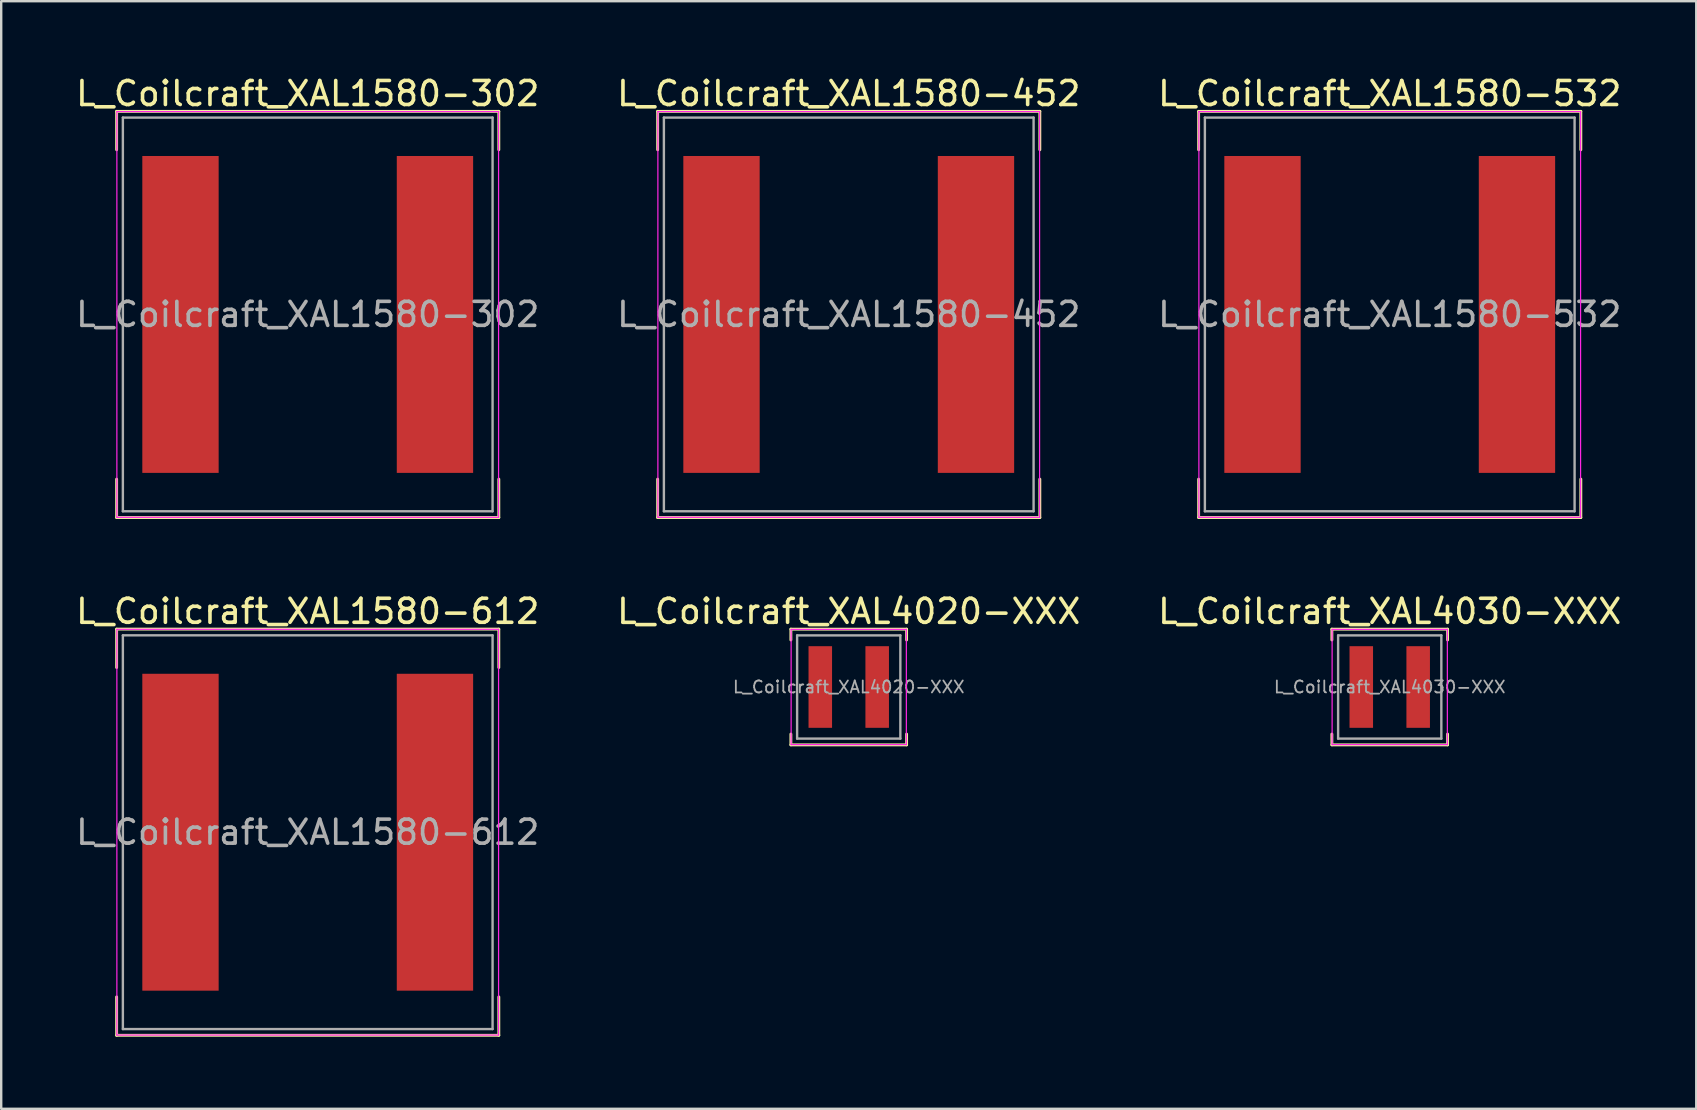
<source format=kicad_pcb>
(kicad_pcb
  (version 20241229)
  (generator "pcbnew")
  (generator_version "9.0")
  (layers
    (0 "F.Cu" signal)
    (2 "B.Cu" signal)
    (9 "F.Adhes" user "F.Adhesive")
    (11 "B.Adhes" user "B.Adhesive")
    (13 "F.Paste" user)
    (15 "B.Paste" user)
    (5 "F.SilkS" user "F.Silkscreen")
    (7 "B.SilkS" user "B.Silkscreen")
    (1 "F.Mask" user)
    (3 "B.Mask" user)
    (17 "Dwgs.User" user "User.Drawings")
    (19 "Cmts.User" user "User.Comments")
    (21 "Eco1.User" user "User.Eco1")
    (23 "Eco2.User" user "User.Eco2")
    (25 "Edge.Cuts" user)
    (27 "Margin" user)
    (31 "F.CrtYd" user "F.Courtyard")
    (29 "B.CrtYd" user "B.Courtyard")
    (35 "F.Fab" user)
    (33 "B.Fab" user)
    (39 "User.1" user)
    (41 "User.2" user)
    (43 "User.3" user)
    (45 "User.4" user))
  (footprint "L_Coilcraft_XAL4020-XXX"
    (layer "F.Cu")
    (at 32.304 25.567)
    (property "Reference" "L_Coilcraft_XAL4020-XXX" (at 0 -3.15 0) (layer "F.SilkS") (effects (font (size 1 1) (thickness 0.15))))
    (attr smd)
    (fp_line (start -2.41 -2.41) (end -2.41 -1.96) (stroke (width 0.12) (type solid)) (layer "F.SilkS"))
    (fp_line (start -2.41 -2.41) (end 2.41 -2.41) (stroke (width 0.12) (type solid)) (layer "F.SilkS"))
    (fp_line (start -2.41 2.41) (end -2.41 1.96) (stroke (width 0.12) (type solid)) (layer "F.SilkS"))
    (fp_line (start -2.41 2.41) (end 2.41 2.41) (stroke (width 0.12) (type solid)) (layer "F.SilkS"))
    (fp_line (start 2.41 -2.41) (end 2.41 -1.96) (stroke (width 0.12) (type solid)) (layer "F.SilkS"))
    (fp_line (start 2.41 2.41) (end 2.41 1.96) (stroke (width 0.12) (type solid)) (layer "F.SilkS"))
    (fp_line (start -2.4 -2.4) (end -2.4 2.4) (stroke (width 0.05) (type solid)) (layer "F.CrtYd"))
    (fp_line (start -2.4 2.4) (end 2.4 2.4) (stroke (width 0.05) (type solid)) (layer "F.CrtYd"))
    (fp_line (start 2.4 -2.4) (end -2.4 -2.4) (stroke (width 0.05) (type solid)) (layer "F.CrtYd"))
    (fp_line (start 2.4 2.4) (end 2.4 -2.4) (stroke (width 0.05) (type solid)) (layer "F.CrtYd"))
    (fp_line (start -2.15 -2.15) (end -2.15 2.15) (stroke (width 0.1) (type solid)) (layer "F.Fab"))
    (fp_line (start -2.15 2.15) (end 2.15 2.15) (stroke (width 0.1) (type solid)) (layer "F.Fab"))
    (fp_line (start 2.15 -2.15) (end -2.15 -2.15) (stroke (width 0.1) (type solid)) (layer "F.Fab"))
    (fp_line (start 2.15 2.15) (end 2.15 -2.15) (stroke (width 0.1) (type solid)) (layer "F.Fab"))
    (fp_text user "${REFERENCE}" (at 0 0 0) (layer "F.Fab") (effects (font (size 0.5 0.5) (thickness 0.075))))
    (pad "1" smd rect (at -1.185 0) (size 0.98 3.4) (layers "F.Cu" "F.Mask" "F.Paste"))
    (pad "2" smd rect (at 1.185 0) (size 0.98 3.4) (layers "F.Cu" "F.Mask" "F.Paste")))
  (footprint "L_Coilcraft_XAL1580-612"
    (layer "F.Cu")
    (at 9.768 31.616)
    (property "Reference" "L_Coilcraft_XAL1580-612" (at 0 -9.2 0) (layer "F.SilkS") (effects (font (size 1 1) (thickness 0.15))))
    (attr smd)
    (fp_line (start -7.96 -8.46) (end -7.96 -6.86) (stroke (width 0.12) (type solid)) (layer "F.SilkS"))
    (fp_line (start -7.96 -8.46) (end 7.96 -8.46) (stroke (width 0.12) (type solid)) (layer "F.SilkS"))
    (fp_line (start -7.96 8.46) (end -7.96 6.86) (stroke (width 0.12) (type solid)) (layer "F.SilkS"))
    (fp_line (start -7.96 8.46) (end 7.96 8.46) (stroke (width 0.12) (type solid)) (layer "F.SilkS"))
    (fp_line (start 7.96 -8.46) (end 7.96 -6.86) (stroke (width 0.12) (type solid)) (layer "F.SilkS"))
    (fp_line (start 7.96 8.46) (end 7.96 6.86) (stroke (width 0.12) (type solid)) (layer "F.SilkS"))
    (fp_line (start -7.95 -8.45) (end -7.95 8.45) (stroke (width 0.05) (type solid)) (layer "F.CrtYd"))
    (fp_line (start -7.95 8.45) (end 7.95 8.45) (stroke (width 0.05) (type solid)) (layer "F.CrtYd"))
    (fp_line (start 7.95 -8.45) (end -7.95 -8.45) (stroke (width 0.05) (type solid)) (layer "F.CrtYd"))
    (fp_line (start 7.95 8.45) (end 7.95 -8.45) (stroke (width 0.05) (type solid)) (layer "F.CrtYd"))
    (fp_line (start -7.7 -8.2) (end -7.7 8.2) (stroke (width 0.1) (type solid)) (layer "F.Fab"))
    (fp_line (start -7.7 8.2) (end 7.7 8.2) (stroke (width 0.1) (type solid)) (layer "F.Fab"))
    (fp_line (start 7.7 -8.2) (end -7.7 -8.2) (stroke (width 0.1) (type solid)) (layer "F.Fab"))
    (fp_line (start 7.7 8.2) (end 7.7 -8.2) (stroke (width 0.1) (type solid)) (layer "F.Fab"))
    (fp_text user "${REFERENCE}" (at 0 0 0) (layer "F.Fab") (effects (font (size 1 1) (thickness 0.15))))
    (pad "1" smd rect (at -5.3 0) (size 3.18 13.2) (layers "F.Cu" "F.Mask" "F.Paste"))
    (pad "2" smd rect (at 5.3 0) (size 3.18 13.2) (layers "F.Cu" "F.Mask" "F.Paste")))
  (footprint "L_Coilcraft_XAL4030-XXX"
    (layer "F.Cu")
    (at 54.839 25.567)
    (property "Reference" "L_Coilcraft_XAL4030-XXX" (at 0 -3.15 0) (layer "F.SilkS") (effects (font (size 1 1) (thickness 0.15))))
    (attr smd)
    (fp_line (start -2.41 -2.41) (end -2.41 -1.96) (stroke (width 0.12) (type solid)) (layer "F.SilkS"))
    (fp_line (start -2.41 -2.41) (end 2.41 -2.41) (stroke (width 0.12) (type solid)) (layer "F.SilkS"))
    (fp_line (start -2.41 2.41) (end -2.41 1.96) (stroke (width 0.12) (type solid)) (layer "F.SilkS"))
    (fp_line (start -2.41 2.41) (end 2.41 2.41) (stroke (width 0.12) (type solid)) (layer "F.SilkS"))
    (fp_line (start 2.41 -2.41) (end 2.41 -1.96) (stroke (width 0.12) (type solid)) (layer "F.SilkS"))
    (fp_line (start 2.41 2.41) (end 2.41 1.96) (stroke (width 0.12) (type solid)) (layer "F.SilkS"))
    (fp_line (start -2.4 -2.4) (end -2.4 2.4) (stroke (width 0.05) (type solid)) (layer "F.CrtYd"))
    (fp_line (start -2.4 2.4) (end 2.4 2.4) (stroke (width 0.05) (type solid)) (layer "F.CrtYd"))
    (fp_line (start 2.4 -2.4) (end -2.4 -2.4) (stroke (width 0.05) (type solid)) (layer "F.CrtYd"))
    (fp_line (start 2.4 2.4) (end 2.4 -2.4) (stroke (width 0.05) (type solid)) (layer "F.CrtYd"))
    (fp_line (start -2.15 -2.15) (end -2.15 2.15) (stroke (width 0.1) (type solid)) (layer "F.Fab"))
    (fp_line (start -2.15 2.15) (end 2.15 2.15) (stroke (width 0.1) (type solid)) (layer "F.Fab"))
    (fp_line (start 2.15 -2.15) (end -2.15 -2.15) (stroke (width 0.1) (type solid)) (layer "F.Fab"))
    (fp_line (start 2.15 2.15) (end 2.15 -2.15) (stroke (width 0.1) (type solid)) (layer "F.Fab"))
    (fp_text user "${REFERENCE}" (at 0 0 0) (layer "F.Fab") (effects (font (size 0.5 0.5) (thickness 0.075))))
    (pad "1" smd rect (at -1.185 0) (size 0.98 3.4) (layers "F.Cu" "F.Mask" "F.Paste"))
    (pad "2" smd rect (at 1.185 0) (size 0.98 3.4) (layers "F.Cu" "F.Mask" "F.Paste")))
  (footprint "L_Coilcraft_XAL1580-452"
    (layer "F.Cu")
    (at 32.304 10.048)
    (property "Reference" "L_Coilcraft_XAL1580-452" (at 0 -9.2 0) (layer "F.SilkS") (effects (font (size 1 1) (thickness 0.15))))
    (attr smd)
    (fp_line (start -7.96 -8.46) (end -7.96 -6.86) (stroke (width 0.12) (type solid)) (layer "F.SilkS"))
    (fp_line (start -7.96 -8.46) (end 7.96 -8.46) (stroke (width 0.12) (type solid)) (layer "F.SilkS"))
    (fp_line (start -7.96 8.46) (end -7.96 6.86) (stroke (width 0.12) (type solid)) (layer "F.SilkS"))
    (fp_line (start -7.96 8.46) (end 7.96 8.46) (stroke (width 0.12) (type solid)) (layer "F.SilkS"))
    (fp_line (start 7.96 -8.46) (end 7.96 -6.86) (stroke (width 0.12) (type solid)) (layer "F.SilkS"))
    (fp_line (start 7.96 8.46) (end 7.96 6.86) (stroke (width 0.12) (type solid)) (layer "F.SilkS"))
    (fp_line (start -7.95 -8.45) (end -7.95 8.45) (stroke (width 0.05) (type solid)) (layer "F.CrtYd"))
    (fp_line (start -7.95 8.45) (end 7.95 8.45) (stroke (width 0.05) (type solid)) (layer "F.CrtYd"))
    (fp_line (start 7.95 -8.45) (end -7.95 -8.45) (stroke (width 0.05) (type solid)) (layer "F.CrtYd"))
    (fp_line (start 7.95 8.45) (end 7.95 -8.45) (stroke (width 0.05) (type solid)) (layer "F.CrtYd"))
    (fp_line (start -7.7 -8.2) (end -7.7 8.2) (stroke (width 0.1) (type solid)) (layer "F.Fab"))
    (fp_line (start -7.7 8.2) (end 7.7 8.2) (stroke (width 0.1) (type solid)) (layer "F.Fab"))
    (fp_line (start 7.7 -8.2) (end -7.7 -8.2) (stroke (width 0.1) (type solid)) (layer "F.Fab"))
    (fp_line (start 7.7 8.2) (end 7.7 -8.2) (stroke (width 0.1) (type solid)) (layer "F.Fab"))
    (fp_text user "${REFERENCE}" (at 0 0 0) (layer "F.Fab") (effects (font (size 1 1) (thickness 0.15))))
    (pad "1" smd rect (at -5.3 0) (size 3.18 13.2) (layers "F.Cu" "F.Mask" "F.Paste"))
    (pad "2" smd rect (at 5.3 0) (size 3.18 13.2) (layers "F.Cu" "F.Mask" "F.Paste")))
  (footprint "L_Coilcraft_XAL1580-532"
    (layer "F.Cu")
    (at 54.839 10.048)
    (property "Reference" "L_Coilcraft_XAL1580-532" (at 0 -9.2 0) (layer "F.SilkS") (effects (font (size 1 1) (thickness 0.15))))
    (attr smd)
    (fp_line (start -7.96 -8.46) (end -7.96 -6.86) (stroke (width 0.12) (type solid)) (layer "F.SilkS"))
    (fp_line (start -7.96 -8.46) (end 7.96 -8.46) (stroke (width 0.12) (type solid)) (layer "F.SilkS"))
    (fp_line (start -7.96 8.46) (end -7.96 6.86) (stroke (width 0.12) (type solid)) (layer "F.SilkS"))
    (fp_line (start -7.96 8.46) (end 7.96 8.46) (stroke (width 0.12) (type solid)) (layer "F.SilkS"))
    (fp_line (start 7.96 -8.46) (end 7.96 -6.86) (stroke (width 0.12) (type solid)) (layer "F.SilkS"))
    (fp_line (start 7.96 8.46) (end 7.96 6.86) (stroke (width 0.12) (type solid)) (layer "F.SilkS"))
    (fp_line (start -7.95 -8.45) (end -7.95 8.45) (stroke (width 0.05) (type solid)) (layer "F.CrtYd"))
    (fp_line (start -7.95 8.45) (end 7.95 8.45) (stroke (width 0.05) (type solid)) (layer "F.CrtYd"))
    (fp_line (start 7.95 -8.45) (end -7.95 -8.45) (stroke (width 0.05) (type solid)) (layer "F.CrtYd"))
    (fp_line (start 7.95 8.45) (end 7.95 -8.45) (stroke (width 0.05) (type solid)) (layer "F.CrtYd"))
    (fp_line (start -7.7 -8.2) (end -7.7 8.2) (stroke (width 0.1) (type solid)) (layer "F.Fab"))
    (fp_line (start -7.7 8.2) (end 7.7 8.2) (stroke (width 0.1) (type solid)) (layer "F.Fab"))
    (fp_line (start 7.7 -8.2) (end -7.7 -8.2) (stroke (width 0.1) (type solid)) (layer "F.Fab"))
    (fp_line (start 7.7 8.2) (end 7.7 -8.2) (stroke (width 0.1) (type solid)) (layer "F.Fab"))
    (fp_text user "${REFERENCE}" (at 0 0 0) (layer "F.Fab") (effects (font (size 1 1) (thickness 0.15))))
    (pad "1" smd rect (at -5.3 0) (size 3.18 13.2) (layers "F.Cu" "F.Mask" "F.Paste"))
    (pad "2" smd rect (at 5.3 0) (size 3.18 13.2) (layers "F.Cu" "F.Mask" "F.Paste")))
  (footprint "L_Coilcraft_XAL1580-302"
    (layer "F.Cu")
    (at 9.768 10.048)
    (property "Reference" "L_Coilcraft_XAL1580-302" (at 0 -9.2 0) (layer "F.SilkS") (effects (font (size 1 1) (thickness 0.15))))
    (attr smd)
    (fp_line (start -7.96 -8.46) (end -7.96 -6.86) (stroke (width 0.12) (type solid)) (layer "F.SilkS"))
    (fp_line (start -7.96 -8.46) (end 7.96 -8.46) (stroke (width 0.12) (type solid)) (layer "F.SilkS"))
    (fp_line (start -7.96 8.46) (end -7.96 6.86) (stroke (width 0.12) (type solid)) (layer "F.SilkS"))
    (fp_line (start -7.96 8.46) (end 7.96 8.46) (stroke (width 0.12) (type solid)) (layer "F.SilkS"))
    (fp_line (start 7.96 -8.46) (end 7.96 -6.86) (stroke (width 0.12) (type solid)) (layer "F.SilkS"))
    (fp_line (start 7.96 8.46) (end 7.96 6.86) (stroke (width 0.12) (type solid)) (layer "F.SilkS"))
    (fp_line (start -7.95 -8.45) (end -7.95 8.45) (stroke (width 0.05) (type solid)) (layer "F.CrtYd"))
    (fp_line (start -7.95 8.45) (end 7.95 8.45) (stroke (width 0.05) (type solid)) (layer "F.CrtYd"))
    (fp_line (start 7.95 -8.45) (end -7.95 -8.45) (stroke (width 0.05) (type solid)) (layer "F.CrtYd"))
    (fp_line (start 7.95 8.45) (end 7.95 -8.45) (stroke (width 0.05) (type solid)) (layer "F.CrtYd"))
    (fp_line (start -7.7 -8.2) (end -7.7 8.2) (stroke (width 0.1) (type solid)) (layer "F.Fab"))
    (fp_line (start -7.7 8.2) (end 7.7 8.2) (stroke (width 0.1) (type solid)) (layer "F.Fab"))
    (fp_line (start 7.7 -8.2) (end -7.7 -8.2) (stroke (width 0.1) (type solid)) (layer "F.Fab"))
    (fp_line (start 7.7 8.2) (end 7.7 -8.2) (stroke (width 0.1) (type solid)) (layer "F.Fab"))
    (fp_text user "${REFERENCE}" (at 0 0 0) (layer "F.Fab") (effects (font (size 1 1) (thickness 0.15))))
    (pad "1" smd rect (at -5.3 0) (size 3.18 13.2) (layers "F.Cu" "F.Mask" "F.Paste"))
    (pad "2" smd rect (at 5.3 0) (size 3.18 13.2) (layers "F.Cu" "F.Mask" "F.Paste")))
  (gr_rect
    (start -3 -3)
    (end 67.607 43.136)
    (stroke (width 0.1) (type default))
    (fill no)
    (layer "Edge.Cuts")))
</source>
